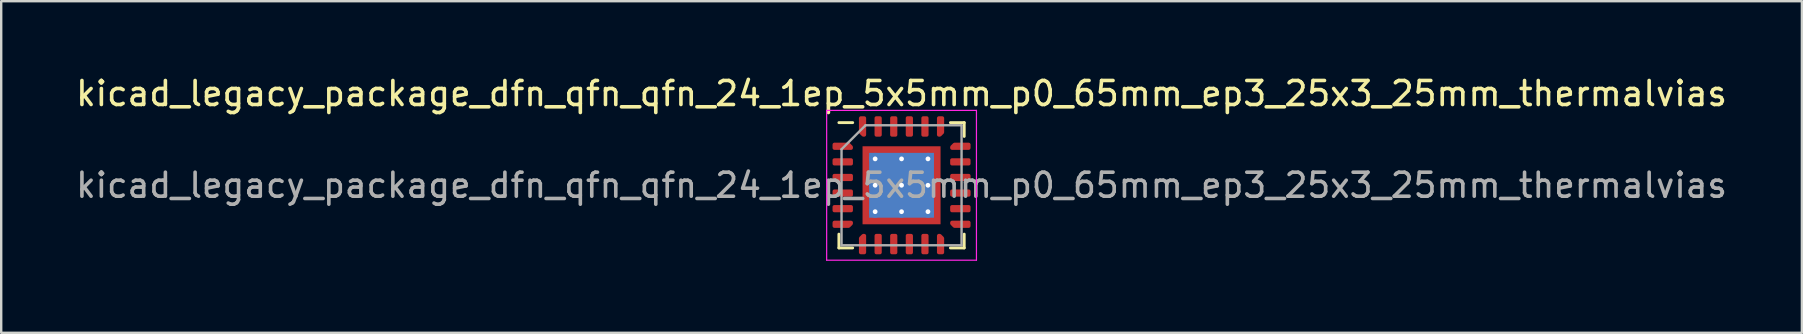
<source format=kicad_pcb>
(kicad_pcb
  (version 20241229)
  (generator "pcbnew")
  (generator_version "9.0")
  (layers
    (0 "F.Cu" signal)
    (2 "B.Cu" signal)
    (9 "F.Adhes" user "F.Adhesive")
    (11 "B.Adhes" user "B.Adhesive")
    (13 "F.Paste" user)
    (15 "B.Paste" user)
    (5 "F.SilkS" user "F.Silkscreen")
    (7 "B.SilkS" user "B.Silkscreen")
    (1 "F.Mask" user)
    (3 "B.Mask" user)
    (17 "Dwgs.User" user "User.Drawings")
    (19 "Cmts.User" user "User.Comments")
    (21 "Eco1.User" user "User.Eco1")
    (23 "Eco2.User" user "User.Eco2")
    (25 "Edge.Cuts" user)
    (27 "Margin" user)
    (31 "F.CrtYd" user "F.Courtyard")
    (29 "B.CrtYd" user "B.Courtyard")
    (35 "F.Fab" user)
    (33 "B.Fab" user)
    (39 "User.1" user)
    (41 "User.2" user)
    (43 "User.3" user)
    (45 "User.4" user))
  (footprint "kicad_legacy_package_dfn_qfn_qfn_24_1ep_5x5mm_p0_65mm_ep3_25x3_25mm_thermalvias"
    (layer "F.Cu")
    (at 34.506 4.668)
    (property "Reference" "kicad_legacy_package_dfn_qfn_qfn_24_1ep_5x5mm_p0_65mm_ep3_25x3_25mm_thermalvias" (at 0 -3.82 0) (layer "F.SilkS") (effects (font (size 1 1) (thickness 0.15))))
    (attr smd)
    (fp_line (start -2.61 2.61) (end -2.61 2.035) (stroke (width 0.12) (type solid)) (layer "F.SilkS"))
    (fp_line (start -2.035 -2.61) (end -2.61 -2.61) (stroke (width 0.12) (type solid)) (layer "F.SilkS"))
    (fp_line (start -2.035 2.61) (end -2.61 2.61) (stroke (width 0.12) (type solid)) (layer "F.SilkS"))
    (fp_line (start 2.035 -2.61) (end 2.61 -2.61) (stroke (width 0.12) (type solid)) (layer "F.SilkS"))
    (fp_line (start 2.035 2.61) (end 2.61 2.61) (stroke (width 0.12) (type solid)) (layer "F.SilkS"))
    (fp_line (start 2.61 -2.61) (end 2.61 -2.035) (stroke (width 0.12) (type solid)) (layer "F.SilkS"))
    (fp_line (start 2.61 2.61) (end 2.61 2.035) (stroke (width 0.12) (type solid)) (layer "F.SilkS"))
    (fp_line (start -3.12 -3.12) (end -3.12 3.12) (stroke (width 0.05) (type solid)) (layer "F.CrtYd"))
    (fp_line (start -3.12 3.12) (end 3.12 3.12) (stroke (width 0.05) (type solid)) (layer "F.CrtYd"))
    (fp_line (start 3.12 -3.12) (end -3.12 -3.12) (stroke (width 0.05) (type solid)) (layer "F.CrtYd"))
    (fp_line (start 3.12 3.12) (end 3.12 -3.12) (stroke (width 0.05) (type solid)) (layer "F.CrtYd"))
    (fp_line (start -2.5 -1.5) (end -1.5 -2.5) (stroke (width 0.1) (type solid)) (layer "F.Fab"))
    (fp_line (start -2.5 2.5) (end -2.5 -1.5) (stroke (width 0.1) (type solid)) (layer "F.Fab"))
    (fp_line (start -1.5 -2.5) (end 2.5 -2.5) (stroke (width 0.1) (type solid)) (layer "F.Fab"))
    (fp_line (start 2.5 -2.5) (end 2.5 2.5) (stroke (width 0.1) (type solid)) (layer "F.Fab"))
    (fp_line (start 2.5 2.5) (end -2.5 2.5) (stroke (width 0.1) (type solid)) (layer "F.Fab"))
    (fp_text user "${REFERENCE}" (at 0 0 0) (layer "F.Fab") (effects (font (size 1 1) (thickness 0.15))))
    (pad "" smd custom (at -1.363 -1.363) (size 0.295 0.295) (layers "F.Paste") (options (anchor circle)) (primitives (gr_poly (pts (xy -0.106 -0.106) (xy 0.106 -0.106) (xy 0.106 -0.013) (xy -0.013 0.106) (xy -0.106 0.106)) (width 0.212) (fill yes))))
    (pad "" smd custom (at -1.363 -0.55) (size 0.335 0.335) (layers "F.Paste") (options (anchor circle)) (primitives (gr_poly (pts (xy -0.123 -0.355) (xy 0.05 -0.355) (xy 0.123 -0.281) (xy 0.123 0.281) (xy 0.05 0.355) (xy -0.123 0.355)) (width 0.177) (fill yes))))
    (pad "" smd custom (at -1.363 0.55) (size 0.335 0.335) (layers "F.Paste") (options (anchor circle)) (primitives (gr_poly (pts (xy -0.123 -0.355) (xy 0.05 -0.355) (xy 0.123 -0.281) (xy 0.123 0.281) (xy 0.05 0.355) (xy -0.123 0.355)) (width 0.177) (fill yes))))
    (pad "" smd custom (at -1.363 1.363) (size 0.295 0.295) (layers "F.Paste") (options (anchor circle)) (primitives (gr_poly (pts (xy -0.106 -0.106) (xy -0.013 -0.106) (xy 0.106 0.013) (xy 0.106 0.106) (xy -0.106 0.106)) (width 0.212) (fill yes))))
    (pad "" smd custom (at -0.55 -1.363) (size 0.335 0.335) (layers "F.Paste") (options (anchor circle)) (primitives (gr_poly (pts (xy -0.355 -0.123) (xy 0.355 -0.123) (xy 0.355 0.05) (xy 0.281 0.123) (xy -0.281 0.123) (xy -0.355 0.05)) (width 0.177) (fill yes))))
    (pad "" smd roundrect (at -0.55 -0.55) (size 0.887 0.887) (layers "F.Paste") (roundrect_rratio 0.25))
    (pad "" smd roundrect (at -0.55 0.55) (size 0.887 0.887) (layers "F.Paste") (roundrect_rratio 0.25))
    (pad "" smd custom (at -0.55 1.363) (size 0.335 0.335) (layers "F.Paste") (options (anchor circle)) (primitives (gr_poly (pts (xy -0.355 -0.05) (xy -0.281 -0.123) (xy 0.281 -0.123) (xy 0.355 -0.05) (xy 0.355 0.123) (xy -0.355 0.123)) (width 0.177) (fill yes))))
    (pad "" smd custom (at 0.55 -1.363) (size 0.335 0.335) (layers "F.Paste") (options (anchor circle)) (primitives (gr_poly (pts (xy -0.355 -0.123) (xy 0.355 -0.123) (xy 0.355 0.05) (xy 0.281 0.123) (xy -0.281 0.123) (xy -0.355 0.05)) (width 0.177) (fill yes))))
    (pad "" smd roundrect (at 0.55 -0.55) (size 0.887 0.887) (layers "F.Paste") (roundrect_rratio 0.25))
    (pad "" smd roundrect (at 0.55 0.55) (size 0.887 0.887) (layers "F.Paste") (roundrect_rratio 0.25))
    (pad "" smd custom (at 0.55 1.363) (size 0.335 0.335) (layers "F.Paste") (options (anchor circle)) (primitives (gr_poly (pts (xy -0.355 -0.05) (xy -0.281 -0.123) (xy 0.281 -0.123) (xy 0.355 -0.05) (xy 0.355 0.123) (xy -0.355 0.123)) (width 0.177) (fill yes))))
    (pad "" smd custom (at 1.363 -1.363) (size 0.295 0.295) (layers "F.Paste") (options (anchor circle)) (primitives (gr_poly (pts (xy -0.106 -0.106) (xy 0.106 -0.106) (xy 0.106 0.106) (xy 0.013 0.106) (xy -0.106 -0.013)) (width 0.212) (fill yes))))
    (pad "" smd custom (at 1.363 -0.55) (size 0.335 0.335) (layers "F.Paste") (options (anchor circle)) (primitives (gr_poly (pts (xy -0.123 -0.281) (xy -0.05 -0.355) (xy 0.123 -0.355) (xy 0.123 0.355) (xy -0.05 0.355) (xy -0.123 0.281)) (width 0.177) (fill yes))))
    (pad "" smd custom (at 1.363 0.55) (size 0.335 0.335) (layers "F.Paste") (options (anchor circle)) (primitives (gr_poly (pts (xy -0.123 -0.281) (xy -0.05 -0.355) (xy 0.123 -0.355) (xy 0.123 0.355) (xy -0.05 0.355) (xy -0.123 0.281)) (width 0.177) (fill yes))))
    (pad "" smd custom (at 1.363 1.363) (size 0.295 0.295) (layers "F.Paste") (options (anchor circle)) (primitives (gr_poly (pts (xy -0.106 0.013) (xy 0.013 -0.106) (xy 0.106 -0.106) (xy 0.106 0.106) (xy -0.106 0.106)) (width 0.212) (fill yes))))
    (pad "1" smd custom (at -2.45 -1.625) (size 0.194 0.194) (layers "F.Cu" "F.Mask" "F.Paste") (options (anchor circle)) (primitives (gr_poly (pts (xy -0.35 -0.075) (xy 0.244 -0.075) (xy 0.35 0.031) (xy 0.35 0.075) (xy -0.35 0.075)) (width 0.15) (fill yes))))
    (pad "2" smd roundrect (at -2.45 -0.975) (size 0.85 0.3) (layers "F.Cu" "F.Mask" "F.Paste") (roundrect_rratio 0.25))
    (pad "3" smd roundrect (at -2.45 -0.325) (size 0.85 0.3) (layers "F.Cu" "F.Mask" "F.Paste") (roundrect_rratio 0.25))
    (pad "4" smd roundrect (at -2.45 0.325) (size 0.85 0.3) (layers "F.Cu" "F.Mask" "F.Paste") (roundrect_rratio 0.25))
    (pad "5" smd roundrect (at -2.45 0.975) (size 0.85 0.3) (layers "F.Cu" "F.Mask" "F.Paste") (roundrect_rratio 0.25))
    (pad "6" smd custom (at -2.45 1.625) (size 0.194 0.194) (layers "F.Cu" "F.Mask" "F.Paste") (options (anchor circle)) (primitives (gr_poly (pts (xy -0.35 -0.075) (xy 0.35 -0.075) (xy 0.35 -0.031) (xy 0.244 0.075) (xy -0.35 0.075)) (width 0.15) (fill yes))))
    (pad "7" smd custom (at -1.625 2.45) (size 0.194 0.194) (layers "F.Cu" "F.Mask" "F.Paste") (options (anchor circle)) (primitives (gr_poly (pts (xy -0.075 -0.244) (xy 0.031 -0.35) (xy 0.075 -0.35) (xy 0.075 0.35) (xy -0.075 0.35)) (width 0.15) (fill yes))))
    (pad "8" smd roundrect (at -0.975 2.45) (size 0.3 0.85) (layers "F.Cu" "F.Mask" "F.Paste") (roundrect_rratio 0.25))
    (pad "9" smd roundrect (at -0.325 2.45) (size 0.3 0.85) (layers "F.Cu" "F.Mask" "F.Paste") (roundrect_rratio 0.25))
    (pad "10" smd roundrect (at 0.325 2.45) (size 0.3 0.85) (layers "F.Cu" "F.Mask" "F.Paste") (roundrect_rratio 0.25))
    (pad "11" smd roundrect (at 0.975 2.45) (size 0.3 0.85) (layers "F.Cu" "F.Mask" "F.Paste") (roundrect_rratio 0.25))
    (pad "12" smd custom (at 1.625 2.45) (size 0.194 0.194) (layers "F.Cu" "F.Mask" "F.Paste") (options (anchor circle)) (primitives (gr_poly (pts (xy -0.075 -0.35) (xy -0.031 -0.35) (xy 0.075 -0.244) (xy 0.075 0.35) (xy -0.075 0.35)) (width 0.15) (fill yes))))
    (pad "13" smd custom (at 2.45 1.625) (size 0.194 0.194) (layers "F.Cu" "F.Mask" "F.Paste") (options (anchor circle)) (primitives (gr_poly (pts (xy -0.35 -0.075) (xy 0.35 -0.075) (xy 0.35 0.075) (xy -0.244 0.075) (xy -0.35 -0.031)) (width 0.15) (fill yes))))
    (pad "14" smd roundrect (at 2.45 0.975) (size 0.85 0.3) (layers "F.Cu" "F.Mask" "F.Paste") (roundrect_rratio 0.25))
    (pad "15" smd roundrect (at 2.45 0.325) (size 0.85 0.3) (layers "F.Cu" "F.Mask" "F.Paste") (roundrect_rratio 0.25))
    (pad "16" smd roundrect (at 2.45 -0.325) (size 0.85 0.3) (layers "F.Cu" "F.Mask" "F.Paste") (roundrect_rratio 0.25))
    (pad "17" smd roundrect (at 2.45 -0.975) (size 0.85 0.3) (layers "F.Cu" "F.Mask" "F.Paste") (roundrect_rratio 0.25))
    (pad "18" smd custom (at 2.45 -1.625) (size 0.194 0.194) (layers "F.Cu" "F.Mask" "F.Paste") (options (anchor circle)) (primitives (gr_poly (pts (xy -0.35 0.031) (xy -0.244 -0.075) (xy 0.35 -0.075) (xy 0.35 0.075) (xy -0.35 0.075)) (width 0.15) (fill yes))))
    (pad "19" smd custom (at 1.625 -2.45) (size 0.194 0.194) (layers "F.Cu" "F.Mask" "F.Paste") (options (anchor circle)) (primitives (gr_poly (pts (xy -0.075 -0.35) (xy 0.075 -0.35) (xy 0.075 0.244) (xy -0.031 0.35) (xy -0.075 0.35)) (width 0.15) (fill yes))))
    (pad "20" smd roundrect (at 0.975 -2.45) (size 0.3 0.85) (layers "F.Cu" "F.Mask" "F.Paste") (roundrect_rratio 0.25))
    (pad "21" smd roundrect (at 0.325 -2.45) (size 0.3 0.85) (layers "F.Cu" "F.Mask" "F.Paste") (roundrect_rratio 0.25))
    (pad "22" smd roundrect (at -0.325 -2.45) (size 0.3 0.85) (layers "F.Cu" "F.Mask" "F.Paste") (roundrect_rratio 0.25))
    (pad "23" smd roundrect (at -0.975 -2.45) (size 0.3 0.85) (layers "F.Cu" "F.Mask" "F.Paste") (roundrect_rratio 0.25))
    (pad "24" smd custom (at -1.625 -2.45) (size 0.194 0.194) (layers "F.Cu" "F.Mask" "F.Paste") (options (anchor circle)) (primitives (gr_poly (pts (xy -0.075 -0.35) (xy 0.075 -0.35) (xy 0.075 0.35) (xy 0.031 0.35) (xy -0.075 0.244)) (width 0.15) (fill yes))))
    (pad "25" thru_hole circle (at -1.1 -1.1) (size 0.5 0.5) (drill 0.2) (layers "*.Cu"))
    (pad "25" thru_hole circle (at -1.1 0) (size 0.5 0.5) (drill 0.2) (layers "*.Cu"))
    (pad "25" thru_hole circle (at -1.1 1.1) (size 0.5 0.5) (drill 0.2) (layers "*.Cu"))
    (pad "25" thru_hole circle (at 0 -1.1) (size 0.5 0.5) (drill 0.2) (layers "*.Cu"))
    (pad "25" thru_hole circle (at 0 0) (size 0.5 0.5) (drill 0.2) (layers "*.Cu"))
    (pad "25" smd rect (at 0 0) (size 2.7 2.7) (layers "B.Cu"))
    (pad "25" smd rect (at 0 0) (size 3.25 3.25) (layers "F.Cu" "F.Mask"))
    (pad "25" thru_hole circle (at 0 1.1) (size 0.5 0.5) (drill 0.2) (layers "*.Cu"))
    (pad "25" thru_hole circle (at 1.1 -1.1) (size 0.5 0.5) (drill 0.2) (layers "*.Cu"))
    (pad "25" thru_hole circle (at 1.1 0) (size 0.5 0.5) (drill 0.2) (layers "*.Cu"))
    (pad "25" thru_hole circle (at 1.1 1.1) (size 0.5 0.5) (drill 0.2) (layers "*.Cu")))
  (gr_rect
    (start -3 -3)
    (end 72.012 10.813)
    (stroke (width 0.1) (type default))
    (fill no)
    (layer "Edge.Cuts")))
</source>
